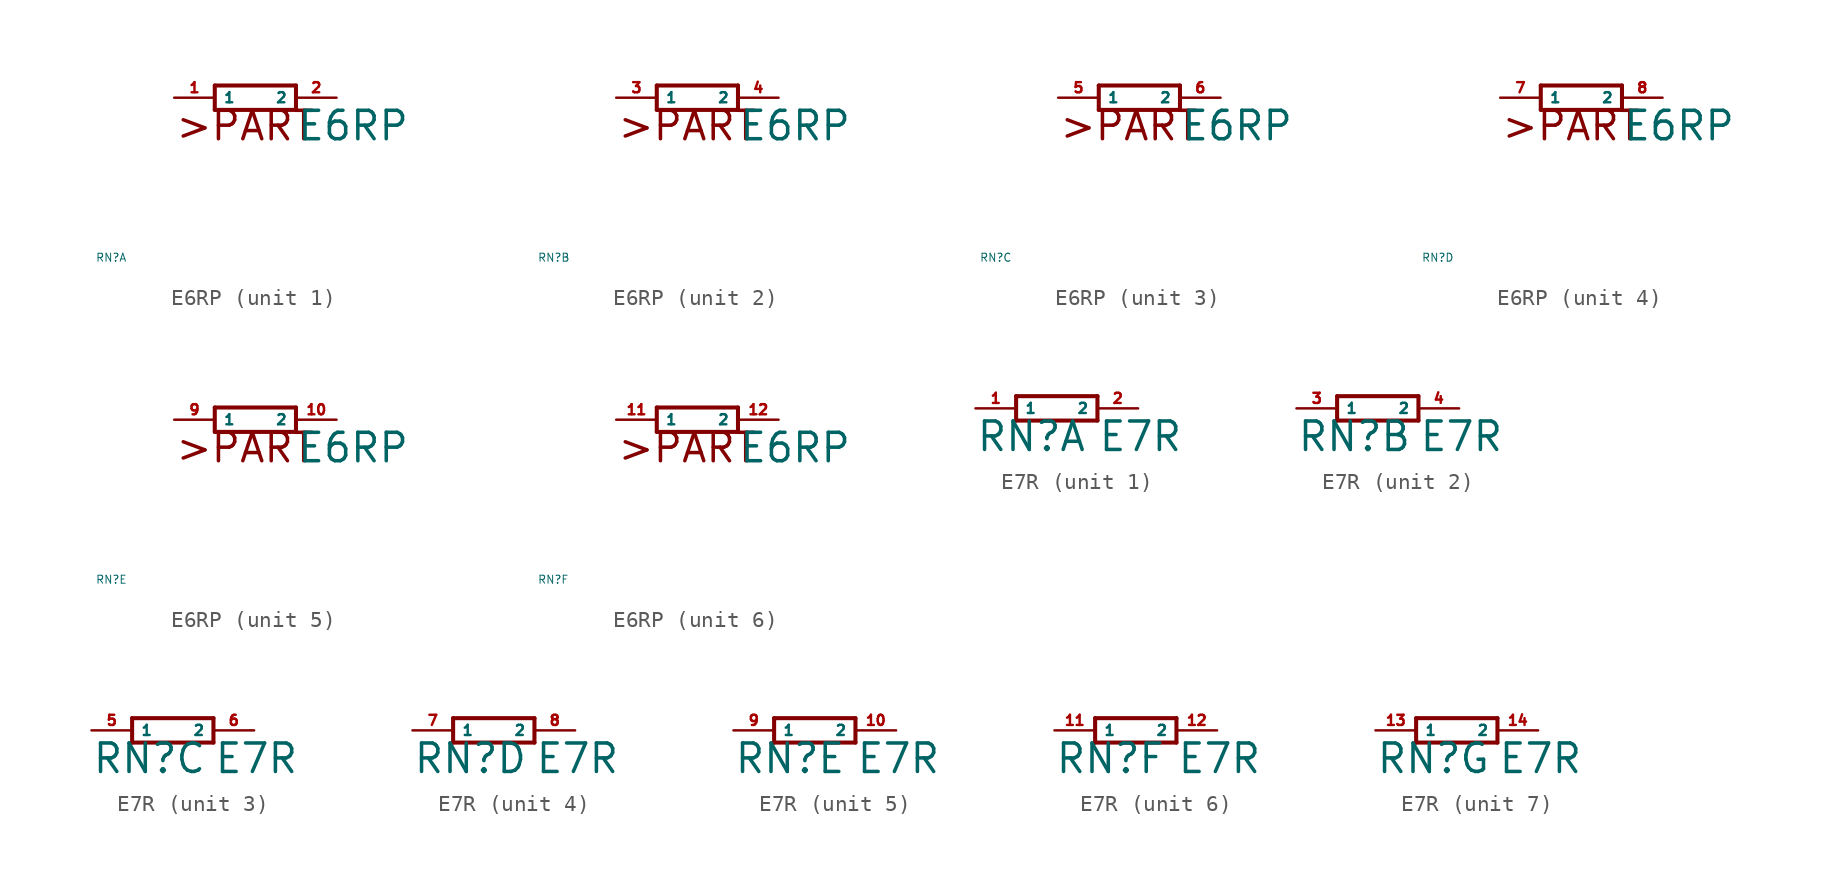
<source format=kicad_sym>
(kicad_symbol_lib
  (version 20220914)
  (generator Eagle2Kicad)
  (symbol "E6RP"
    (property "Reference" "RN"
      (at -10 -10 0)
      (effects (font (size 0.5 0.5) (thickness 0.06)) (justify left)))
    (property "Value" "E6RP"
      (at 2.54 -2.794 0)
      (effects (font (size 1.778 1.778) (thickness 0.22)) (justify left bottom)))
    (symbol "E6RP_1_0"
      (polyline (pts (xy -2.54 -0.762) (xy 2.54 -0.762)) (stroke (width 0.254) (type default)) (fill (type none)))
      (polyline (pts (xy 2.54 0.762) (xy -2.54 0.762)) (stroke (width 0.254) (type default)) (fill (type none)))
      (polyline (pts (xy 2.54 -0.762) (xy 2.54 0.762)) (stroke (width 0.254) (type default)) (fill (type none)))
      (polyline (pts (xy -2.54 0.762) (xy -2.54 -0.762)) (stroke (width 0.254) (type default)) (fill (type none)))
      (text ">PART" (at -5.08 -2.794 0) (effects (font (size 1.778 1.778) (thickness 0.22)) (justify left bottom)))
      (pin passive line (at -5.08 0 0) (length 2.54) (name "1" (effects (font (size 0.635 0.635) (thickness 0.08)) (justify left bottom))) (number "1" (effects (font (size 0.635 0.635) (thickness 0.08)) (justify left bottom))))
      (pin passive line (at 5.08 0 180) (length 2.54) (name "2" (effects (font (size 0.635 0.635) (thickness 0.08)) (justify left bottom))) (number "2" (effects (font (size 0.635 0.635) (thickness 0.08)) (justify left bottom)))))
    (symbol "E6RP_2_0"
      (polyline (pts (xy -2.54 -0.762) (xy 2.54 -0.762)) (stroke (width 0.254) (type default)) (fill (type none)))
      (polyline (pts (xy 2.54 0.762) (xy -2.54 0.762)) (stroke (width 0.254) (type default)) (fill (type none)))
      (polyline (pts (xy 2.54 -0.762) (xy 2.54 0.762)) (stroke (width 0.254) (type default)) (fill (type none)))
      (polyline (pts (xy -2.54 0.762) (xy -2.54 -0.762)) (stroke (width 0.254) (type default)) (fill (type none)))
      (text ">PART" (at -5.08 -2.794 0) (effects (font (size 1.778 1.778) (thickness 0.22)) (justify left bottom)))
      (pin passive line (at -5.08 0 0) (length 2.54) (name "1" (effects (font (size 0.635 0.635) (thickness 0.08)) (justify left bottom))) (number "3" (effects (font (size 0.635 0.635) (thickness 0.08)) (justify left bottom))))
      (pin passive line (at 5.08 0 180) (length 2.54) (name "2" (effects (font (size 0.635 0.635) (thickness 0.08)) (justify left bottom))) (number "4" (effects (font (size 0.635 0.635) (thickness 0.08)) (justify left bottom)))))
    (symbol "E6RP_3_0"
      (polyline (pts (xy -2.54 -0.762) (xy 2.54 -0.762)) (stroke (width 0.254) (type default)) (fill (type none)))
      (polyline (pts (xy 2.54 0.762) (xy -2.54 0.762)) (stroke (width 0.254) (type default)) (fill (type none)))
      (polyline (pts (xy 2.54 -0.762) (xy 2.54 0.762)) (stroke (width 0.254) (type default)) (fill (type none)))
      (polyline (pts (xy -2.54 0.762) (xy -2.54 -0.762)) (stroke (width 0.254) (type default)) (fill (type none)))
      (text ">PART" (at -5.08 -2.794 0) (effects (font (size 1.778 1.778) (thickness 0.22)) (justify left bottom)))
      (pin passive line (at -5.08 0 0) (length 2.54) (name "1" (effects (font (size 0.635 0.635) (thickness 0.08)) (justify left bottom))) (number "5" (effects (font (size 0.635 0.635) (thickness 0.08)) (justify left bottom))))
      (pin passive line (at 5.08 0 180) (length 2.54) (name "2" (effects (font (size 0.635 0.635) (thickness 0.08)) (justify left bottom))) (number "6" (effects (font (size 0.635 0.635) (thickness 0.08)) (justify left bottom)))))
    (symbol "E6RP_4_0"
      (polyline (pts (xy -2.54 -0.762) (xy 2.54 -0.762)) (stroke (width 0.254) (type default)) (fill (type none)))
      (polyline (pts (xy 2.54 0.762) (xy -2.54 0.762)) (stroke (width 0.254) (type default)) (fill (type none)))
      (polyline (pts (xy 2.54 -0.762) (xy 2.54 0.762)) (stroke (width 0.254) (type default)) (fill (type none)))
      (polyline (pts (xy -2.54 0.762) (xy -2.54 -0.762)) (stroke (width 0.254) (type default)) (fill (type none)))
      (text ">PART" (at -5.08 -2.794 0) (effects (font (size 1.778 1.778) (thickness 0.22)) (justify left bottom)))
      (pin passive line (at -5.08 0 0) (length 2.54) (name "1" (effects (font (size 0.635 0.635) (thickness 0.08)) (justify left bottom))) (number "7" (effects (font (size 0.635 0.635) (thickness 0.08)) (justify left bottom))))
      (pin passive line (at 5.08 0 180) (length 2.54) (name "2" (effects (font (size 0.635 0.635) (thickness 0.08)) (justify left bottom))) (number "8" (effects (font (size 0.635 0.635) (thickness 0.08)) (justify left bottom)))))
    (symbol "E6RP_5_0"
      (polyline (pts (xy -2.54 -0.762) (xy 2.54 -0.762)) (stroke (width 0.254) (type default)) (fill (type none)))
      (polyline (pts (xy 2.54 0.762) (xy -2.54 0.762)) (stroke (width 0.254) (type default)) (fill (type none)))
      (polyline (pts (xy 2.54 -0.762) (xy 2.54 0.762)) (stroke (width 0.254) (type default)) (fill (type none)))
      (polyline (pts (xy -2.54 0.762) (xy -2.54 -0.762)) (stroke (width 0.254) (type default)) (fill (type none)))
      (text ">PART" (at -5.08 -2.794 0) (effects (font (size 1.778 1.778) (thickness 0.22)) (justify left bottom)))
      (pin passive line (at -5.08 0 0) (length 2.54) (name "1" (effects (font (size 0.635 0.635) (thickness 0.08)) (justify left bottom))) (number "9" (effects (font (size 0.635 0.635) (thickness 0.08)) (justify left bottom))))
      (pin passive line (at 5.08 0 180) (length 2.54) (name "2" (effects (font (size 0.635 0.635) (thickness 0.08)) (justify left bottom))) (number "10" (effects (font (size 0.635 0.635) (thickness 0.08)) (justify left bottom)))))
    (symbol "E6RP_6_0"
      (polyline (pts (xy -2.54 -0.762) (xy 2.54 -0.762)) (stroke (width 0.254) (type default)) (fill (type none)))
      (polyline (pts (xy 2.54 0.762) (xy -2.54 0.762)) (stroke (width 0.254) (type default)) (fill (type none)))
      (polyline (pts (xy 2.54 -0.762) (xy 2.54 0.762)) (stroke (width 0.254) (type default)) (fill (type none)))
      (polyline (pts (xy -2.54 0.762) (xy -2.54 -0.762)) (stroke (width 0.254) (type default)) (fill (type none)))
      (text ">PART" (at -5.08 -2.794 0) (effects (font (size 1.778 1.778) (thickness 0.22)) (justify left bottom)))
      (pin passive line (at -5.08 0 0) (length 2.54) (name "1" (effects (font (size 0.635 0.635) (thickness 0.08)) (justify left bottom))) (number "11" (effects (font (size 0.635 0.635) (thickness 0.08)) (justify left bottom))))
      (pin passive line (at 5.08 0 180) (length 2.54) (name "2" (effects (font (size 0.635 0.635) (thickness 0.08)) (justify left bottom))) (number "12" (effects (font (size 0.635 0.635) (thickness 0.08)) (justify left bottom))))))
  (symbol "E7R"
    (property "Reference" "RN"
      (at -5.08 -2.794 0)
      (effects (font (size 1.778 1.778) (thickness 0.22)) (justify left bottom)))
    (property "Value" "E7R"
      (at 2.54 -2.794 0)
      (effects (font (size 1.778 1.778) (thickness 0.22)) (justify left bottom)))
    (symbol "E7R_1_0"
      (polyline (pts (xy -2.54 -0.762) (xy 2.54 -0.762)) (stroke (width 0.254) (type default)) (fill (type none)))
      (polyline (pts (xy 2.54 0.762) (xy -2.54 0.762)) (stroke (width 0.254) (type default)) (fill (type none)))
      (polyline (pts (xy 2.54 -0.762) (xy 2.54 0.762)) (stroke (width 0.254) (type default)) (fill (type none)))
      (polyline (pts (xy -2.54 0.762) (xy -2.54 -0.762)) (stroke (width 0.254) (type default)) (fill (type none)))
      (pin passive line (at -5.08 0 0) (length 2.54) (name "1" (effects (font (size 0.635 0.635) (thickness 0.08)) (justify left bottom))) (number "1" (effects (font (size 0.635 0.635) (thickness 0.08)) (justify left bottom))))
      (pin passive line (at 5.08 0 180) (length 2.54) (name "2" (effects (font (size 0.635 0.635) (thickness 0.08)) (justify left bottom))) (number "2" (effects (font (size 0.635 0.635) (thickness 0.08)) (justify left bottom)))))
    (symbol "E7R_2_0"
      (polyline (pts (xy -2.54 -0.762) (xy 2.54 -0.762)) (stroke (width 0.254) (type default)) (fill (type none)))
      (polyline (pts (xy 2.54 0.762) (xy -2.54 0.762)) (stroke (width 0.254) (type default)) (fill (type none)))
      (polyline (pts (xy 2.54 -0.762) (xy 2.54 0.762)) (stroke (width 0.254) (type default)) (fill (type none)))
      (polyline (pts (xy -2.54 0.762) (xy -2.54 -0.762)) (stroke (width 0.254) (type default)) (fill (type none)))
      (pin passive line (at -5.08 0 0) (length 2.54) (name "1" (effects (font (size 0.635 0.635) (thickness 0.08)) (justify left bottom))) (number "3" (effects (font (size 0.635 0.635) (thickness 0.08)) (justify left bottom))))
      (pin passive line (at 5.08 0 180) (length 2.54) (name "2" (effects (font (size 0.635 0.635) (thickness 0.08)) (justify left bottom))) (number "4" (effects (font (size 0.635 0.635) (thickness 0.08)) (justify left bottom)))))
    (symbol "E7R_3_0"
      (polyline (pts (xy -2.54 -0.762) (xy 2.54 -0.762)) (stroke (width 0.254) (type default)) (fill (type none)))
      (polyline (pts (xy 2.54 0.762) (xy -2.54 0.762)) (stroke (width 0.254) (type default)) (fill (type none)))
      (polyline (pts (xy 2.54 -0.762) (xy 2.54 0.762)) (stroke (width 0.254) (type default)) (fill (type none)))
      (polyline (pts (xy -2.54 0.762) (xy -2.54 -0.762)) (stroke (width 0.254) (type default)) (fill (type none)))
      (pin passive line (at -5.08 0 0) (length 2.54) (name "1" (effects (font (size 0.635 0.635) (thickness 0.08)) (justify left bottom))) (number "5" (effects (font (size 0.635 0.635) (thickness 0.08)) (justify left bottom))))
      (pin passive line (at 5.08 0 180) (length 2.54) (name "2" (effects (font (size 0.635 0.635) (thickness 0.08)) (justify left bottom))) (number "6" (effects (font (size 0.635 0.635) (thickness 0.08)) (justify left bottom)))))
    (symbol "E7R_4_0"
      (polyline (pts (xy -2.54 -0.762) (xy 2.54 -0.762)) (stroke (width 0.254) (type default)) (fill (type none)))
      (polyline (pts (xy 2.54 0.762) (xy -2.54 0.762)) (stroke (width 0.254) (type default)) (fill (type none)))
      (polyline (pts (xy 2.54 -0.762) (xy 2.54 0.762)) (stroke (width 0.254) (type default)) (fill (type none)))
      (polyline (pts (xy -2.54 0.762) (xy -2.54 -0.762)) (stroke (width 0.254) (type default)) (fill (type none)))
      (pin passive line (at -5.08 0 0) (length 2.54) (name "1" (effects (font (size 0.635 0.635) (thickness 0.08)) (justify left bottom))) (number "7" (effects (font (size 0.635 0.635) (thickness 0.08)) (justify left bottom))))
      (pin passive line (at 5.08 0 180) (length 2.54) (name "2" (effects (font (size 0.635 0.635) (thickness 0.08)) (justify left bottom))) (number "8" (effects (font (size 0.635 0.635) (thickness 0.08)) (justify left bottom)))))
    (symbol "E7R_5_0"
      (polyline (pts (xy -2.54 -0.762) (xy 2.54 -0.762)) (stroke (width 0.254) (type default)) (fill (type none)))
      (polyline (pts (xy 2.54 0.762) (xy -2.54 0.762)) (stroke (width 0.254) (type default)) (fill (type none)))
      (polyline (pts (xy 2.54 -0.762) (xy 2.54 0.762)) (stroke (width 0.254) (type default)) (fill (type none)))
      (polyline (pts (xy -2.54 0.762) (xy -2.54 -0.762)) (stroke (width 0.254) (type default)) (fill (type none)))
      (pin passive line (at -5.08 0 0) (length 2.54) (name "1" (effects (font (size 0.635 0.635) (thickness 0.08)) (justify left bottom))) (number "9" (effects (font (size 0.635 0.635) (thickness 0.08)) (justify left bottom))))
      (pin passive line (at 5.08 0 180) (length 2.54) (name "2" (effects (font (size 0.635 0.635) (thickness 0.08)) (justify left bottom))) (number "10" (effects (font (size 0.635 0.635) (thickness 0.08)) (justify left bottom)))))
    (symbol "E7R_6_0"
      (polyline (pts (xy -2.54 -0.762) (xy 2.54 -0.762)) (stroke (width 0.254) (type default)) (fill (type none)))
      (polyline (pts (xy 2.54 0.762) (xy -2.54 0.762)) (stroke (width 0.254) (type default)) (fill (type none)))
      (polyline (pts (xy 2.54 -0.762) (xy 2.54 0.762)) (stroke (width 0.254) (type default)) (fill (type none)))
      (polyline (pts (xy -2.54 0.762) (xy -2.54 -0.762)) (stroke (width 0.254) (type default)) (fill (type none)))
      (pin passive line (at -5.08 0 0) (length 2.54) (name "1" (effects (font (size 0.635 0.635) (thickness 0.08)) (justify left bottom))) (number "11" (effects (font (size 0.635 0.635) (thickness 0.08)) (justify left bottom))))
      (pin passive line (at 5.08 0 180) (length 2.54) (name "2" (effects (font (size 0.635 0.635) (thickness 0.08)) (justify left bottom))) (number "12" (effects (font (size 0.635 0.635) (thickness 0.08)) (justify left bottom)))))
    (symbol "E7R_7_0"
      (polyline (pts (xy -2.54 -0.762) (xy 2.54 -0.762)) (stroke (width 0.254) (type default)) (fill (type none)))
      (polyline (pts (xy 2.54 0.762) (xy -2.54 0.762)) (stroke (width 0.254) (type default)) (fill (type none)))
      (polyline (pts (xy 2.54 -0.762) (xy 2.54 0.762)) (stroke (width 0.254) (type default)) (fill (type none)))
      (polyline (pts (xy -2.54 0.762) (xy -2.54 -0.762)) (stroke (width 0.254) (type default)) (fill (type none)))
      (pin passive line (at -5.08 0 0) (length 2.54) (name "1" (effects (font (size 0.635 0.635) (thickness 0.08)) (justify left bottom))) (number "13" (effects (font (size 0.635 0.635) (thickness 0.08)) (justify left bottom))))
      (pin passive line (at 5.08 0 180) (length 2.54) (name "2" (effects (font (size 0.635 0.635) (thickness 0.08)) (justify left bottom))) (number "14" (effects (font (size 0.635 0.635) (thickness 0.08)) (justify left bottom)))))))
</source>
